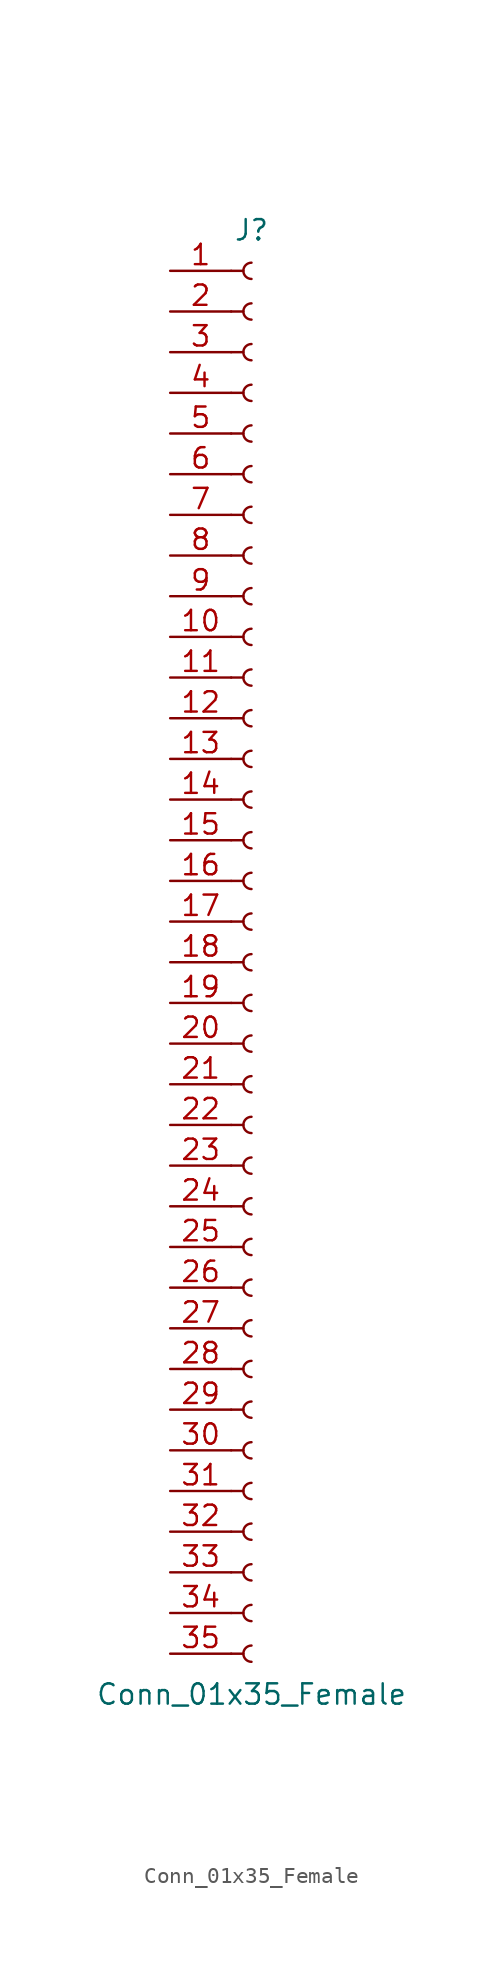
<source format=kicad_sym>
(kicad_symbol_lib
  (version 20201005)
  (generator kicad_symbol_editor)
  (symbol "Connector:Conn_01x35_Female"
    (pin_names
      (offset 1.016) hide)
    (property "Reference" "J"
      (at 0 45.72 0)
      (effects (font (size 1.27 1.27))))
    (property "Value" "Conn_01x35_Female"
      (at 0 -45.72 0)
      (effects (font (size 1.27 1.27))))
    (symbol "Conn_01x35_Female_1_1"
      (arc (start 0 -42.672) (end 0 -43.688) (radius (at 0 -43.18) (length 0.508) (angles 90.1 -90.1)) (stroke (width 0.1524)) (fill (type none)))
      (arc (start 0 -40.132) (end 0 -41.148) (radius (at 0 -40.64) (length 0.508) (angles 90.1 -90.1)) (stroke (width 0.1524)) (fill (type none)))
      (arc (start 0 -37.592) (end 0 -38.608) (radius (at 0 -38.1) (length 0.508) (angles 90.1 -90.1)) (stroke (width 0.1524)) (fill (type none)))
      (arc (start 0 -35.052) (end 0 -36.068) (radius (at 0 -35.56) (length 0.508) (angles 90.1 -90.1)) (stroke (width 0.1524)) (fill (type none)))
      (arc (start 0 -32.512) (end 0 -33.528) (radius (at 0 -33.02) (length 0.508) (angles 90.1 -90.1)) (stroke (width 0.1524)) (fill (type none)))
      (arc (start 0 -29.972) (end 0 -30.988) (radius (at 0 -30.48) (length 0.508) (angles 90.1 -90.1)) (stroke (width 0.1524)) (fill (type none)))
      (arc (start 0 -27.432) (end 0 -28.448) (radius (at 0 -27.94) (length 0.508) (angles 90.1 -90.1)) (stroke (width 0.1524)) (fill (type none)))
      (arc (start 0 -24.892) (end 0 -25.908) (radius (at 0 -25.4) (length 0.508) (angles 90.1 -90.1)) (stroke (width 0.1524)) (fill (type none)))
      (arc (start 0 -22.352) (end 0 -23.368) (radius (at 0 -22.86) (length 0.508) (angles 90.1 -90.1)) (stroke (width 0.1524)) (fill (type none)))
      (arc (start 0 -19.812) (end 0 -20.828) (radius (at 0 -20.32) (length 0.508) (angles 90.1 -90.1)) (stroke (width 0.1524)) (fill (type none)))
      (arc (start 0 -17.272) (end 0 -18.288) (radius (at 0 -17.78) (length 0.508) (angles 90.1 -90.1)) (stroke (width 0.1524)) (fill (type none)))
      (arc (start 0 -14.732) (end 0 -15.748) (radius (at 0 -15.24) (length 0.508) (angles 90.1 -90.1)) (stroke (width 0.1524)) (fill (type none)))
      (arc (start 0 -12.192) (end 0 -13.208) (radius (at 0 -12.7) (length 0.508) (angles 90.1 -90.1)) (stroke (width 0.1524)) (fill (type none)))
      (arc (start 0 -9.652) (end 0 -10.668) (radius (at 0 -10.16) (length 0.508) (angles 90.1 -90.1)) (stroke (width 0.1524)) (fill (type none)))
      (arc (start 0 -7.112) (end 0 -8.128) (radius (at 0 -7.62) (length 0.508) (angles 90.1 -90.1)) (stroke (width 0.1524)) (fill (type none)))
      (arc (start 0 -4.572) (end 0 -5.588) (radius (at 0 -5.08) (length 0.508) (angles 90.1 -90.1)) (stroke (width 0.1524)) (fill (type none)))
      (arc (start 0 -2.032) (end 0 -3.048) (radius (at 0 -2.54) (length 0.508) (angles 90.1 -90.1)) (stroke (width 0.1524)) (fill (type none)))
      (arc (start 0 0.508) (end 0 -0.508) (radius (at 0 0) (length 0.508) (angles 90.1 -90.1)) (stroke (width 0.1524)) (fill (type none)))
      (arc (start 0 3.048) (end 0 2.032) (radius (at 0 2.54) (length 0.508) (angles 90.1 -90.1)) (stroke (width 0.1524)) (fill (type none)))
      (arc (start 0 5.588) (end 0 4.572) (radius (at 0 5.08) (length 0.508) (angles 90.1 -90.1)) (stroke (width 0.1524)) (fill (type none)))
      (arc (start 0 8.128) (end 0 7.112) (radius (at 0 7.62) (length 0.508) (angles 90.1 -90.1)) (stroke (width 0.1524)) (fill (type none)))
      (arc (start 0 10.668) (end 0 9.652) (radius (at 0 10.16) (length 0.508) (angles 90.1 -90.1)) (stroke (width 0.1524)) (fill (type none)))
      (arc (start 0 13.208) (end 0 12.192) (radius (at 0 12.7) (length 0.508) (angles 90.1 -90.1)) (stroke (width 0.1524)) (fill (type none)))
      (arc (start 0 15.748) (end 0 14.732) (radius (at 0 15.24) (length 0.508) (angles 90.1 -90.1)) (stroke (width 0.1524)) (fill (type none)))
      (arc (start 0 18.288) (end 0 17.272) (radius (at 0 17.78) (length 0.508) (angles 90.1 -90.1)) (stroke (width 0.1524)) (fill (type none)))
      (arc (start 0 20.828) (end 0 19.812) (radius (at 0 20.32) (length 0.508) (angles 90.1 -90.1)) (stroke (width 0.1524)) (fill (type none)))
      (arc (start 0 23.368) (end 0 22.352) (radius (at 0 22.86) (length 0.508) (angles 90.1 -90.1)) (stroke (width 0.1524)) (fill (type none)))
      (arc (start 0 25.908) (end 0 24.892) (radius (at 0 25.4) (length 0.508) (angles 90.1 -90.1)) (stroke (width 0.1524)) (fill (type none)))
      (arc (start 0 28.448) (end 0 27.432) (radius (at 0 27.94) (length 0.508) (angles 90.1 -90.1)) (stroke (width 0.1524)) (fill (type none)))
      (arc (start 0 30.988) (end 0 29.972) (radius (at 0 30.48) (length 0.508) (angles 90.1 -90.1)) (stroke (width 0.1524)) (fill (type none)))
      (arc (start 0 33.528) (end 0 32.512) (radius (at 0 33.02) (length 0.508) (angles 90.1 -90.1)) (stroke (width 0.1524)) (fill (type none)))
      (arc (start 0 36.068) (end 0 35.052) (radius (at 0 35.56) (length 0.508) (angles 90.1 -90.1)) (stroke (width 0.1524)) (fill (type none)))
      (arc (start 0 38.608) (end 0 37.592) (radius (at 0 38.1) (length 0.508) (angles 90.1 -90.1)) (stroke (width 0.1524)) (fill (type none)))
      (arc (start 0 41.148) (end 0 40.132) (radius (at 0 40.64) (length 0.508) (angles 90.1 -90.1)) (stroke (width 0.1524)) (fill (type none)))
      (arc (start 0 43.688) (end 0 42.672) (radius (at 0 43.18) (length 0.508) (angles 90.1 -90.1)) (stroke (width 0.1524)) (fill (type none)))
      (polyline (pts (xy -1.27 -43.18) (xy -0.508 -43.18)) (stroke (width 0.152)) (fill (type none)))
      (polyline (pts (xy -1.27 -40.64) (xy -0.508 -40.64)) (stroke (width 0.152)) (fill (type none)))
      (polyline (pts (xy -1.27 -38.1) (xy -0.508 -38.1)) (stroke (width 0.152)) (fill (type none)))
      (polyline (pts (xy -1.27 -35.56) (xy -0.508 -35.56)) (stroke (width 0.152)) (fill (type none)))
      (polyline (pts (xy -1.27 -33.02) (xy -0.508 -33.02)) (stroke (width 0.152)) (fill (type none)))
      (polyline (pts (xy -1.27 -30.48) (xy -0.508 -30.48)) (stroke (width 0.152)) (fill (type none)))
      (polyline (pts (xy -1.27 -27.94) (xy -0.508 -27.94)) (stroke (width 0.152)) (fill (type none)))
      (polyline (pts (xy -1.27 -25.4) (xy -0.508 -25.4)) (stroke (width 0.152)) (fill (type none)))
      (polyline (pts (xy -1.27 -22.86) (xy -0.508 -22.86)) (stroke (width 0.152)) (fill (type none)))
      (polyline (pts (xy -1.27 -20.32) (xy -0.508 -20.32)) (stroke (width 0.152)) (fill (type none)))
      (polyline (pts (xy -1.27 -17.78) (xy -0.508 -17.78)) (stroke (width 0.152)) (fill (type none)))
      (polyline (pts (xy -1.27 -15.24) (xy -0.508 -15.24)) (stroke (width 0.152)) (fill (type none)))
      (polyline (pts (xy -1.27 -12.7) (xy -0.508 -12.7)) (stroke (width 0.152)) (fill (type none)))
      (polyline (pts (xy -1.27 -10.16) (xy -0.508 -10.16)) (stroke (width 0.152)) (fill (type none)))
      (polyline (pts (xy -1.27 -7.62) (xy -0.508 -7.62)) (stroke (width 0.152)) (fill (type none)))
      (polyline (pts (xy -1.27 -5.08) (xy -0.508 -5.08)) (stroke (width 0.152)) (fill (type none)))
      (polyline (pts (xy -1.27 -2.54) (xy -0.508 -2.54)) (stroke (width 0.152)) (fill (type none)))
      (polyline (pts (xy -1.27 0) (xy -0.508 0)) (stroke (width 0.152)) (fill (type none)))
      (polyline (pts (xy -1.27 2.54) (xy -0.508 2.54)) (stroke (width 0.152)) (fill (type none)))
      (polyline (pts (xy -1.27 5.08) (xy -0.508 5.08)) (stroke (width 0.152)) (fill (type none)))
      (polyline (pts (xy -1.27 7.62) (xy -0.508 7.62)) (stroke (width 0.152)) (fill (type none)))
      (polyline (pts (xy -1.27 10.16) (xy -0.508 10.16)) (stroke (width 0.152)) (fill (type none)))
      (polyline (pts (xy -1.27 12.7) (xy -0.508 12.7)) (stroke (width 0.152)) (fill (type none)))
      (polyline (pts (xy -1.27 15.24) (xy -0.508 15.24)) (stroke (width 0.152)) (fill (type none)))
      (polyline (pts (xy -1.27 17.78) (xy -0.508 17.78)) (stroke (width 0.152)) (fill (type none)))
      (polyline (pts (xy -1.27 20.32) (xy -0.508 20.32)) (stroke (width 0.152)) (fill (type none)))
      (polyline (pts (xy -1.27 22.86) (xy -0.508 22.86)) (stroke (width 0.152)) (fill (type none)))
      (polyline (pts (xy -1.27 25.4) (xy -0.508 25.4)) (stroke (width 0.152)) (fill (type none)))
      (polyline (pts (xy -1.27 27.94) (xy -0.508 27.94)) (stroke (width 0.152)) (fill (type none)))
      (polyline (pts (xy -1.27 30.48) (xy -0.508 30.48)) (stroke (width 0.152)) (fill (type none)))
      (polyline (pts (xy -1.27 33.02) (xy -0.508 33.02)) (stroke (width 0.152)) (fill (type none)))
      (polyline (pts (xy -1.27 35.56) (xy -0.508 35.56)) (stroke (width 0.152)) (fill (type none)))
      (polyline (pts (xy -1.27 38.1) (xy -0.508 38.1)) (stroke (width 0.152)) (fill (type none)))
      (polyline (pts (xy -1.27 40.64) (xy -0.508 40.64)) (stroke (width 0.152)) (fill (type none)))
      (polyline (pts (xy -1.27 43.18) (xy -0.508 43.18)) (stroke (width 0.152)) (fill (type none)))
      (pin passive line (at -5.08 43.18 0) (length 3.81) (name "Pin_1" (effects (font (size 1.27 1.27)))) (number "1" (effects (font (size 1.27 1.27)))))
      (pin passive line (at -5.08 20.32 0) (length 3.81) (name "Pin_10" (effects (font (size 1.27 1.27)))) (number "10" (effects (font (size 1.27 1.27)))))
      (pin passive line (at -5.08 17.78 0) (length 3.81) (name "Pin_11" (effects (font (size 1.27 1.27)))) (number "11" (effects (font (size 1.27 1.27)))))
      (pin passive line (at -5.08 15.24 0) (length 3.81) (name "Pin_12" (effects (font (size 1.27 1.27)))) (number "12" (effects (font (size 1.27 1.27)))))
      (pin passive line (at -5.08 12.7 0) (length 3.81) (name "Pin_13" (effects (font (size 1.27 1.27)))) (number "13" (effects (font (size 1.27 1.27)))))
      (pin passive line (at -5.08 10.16 0) (length 3.81) (name "Pin_14" (effects (font (size 1.27 1.27)))) (number "14" (effects (font (size 1.27 1.27)))))
      (pin passive line (at -5.08 7.62 0) (length 3.81) (name "Pin_15" (effects (font (size 1.27 1.27)))) (number "15" (effects (font (size 1.27 1.27)))))
      (pin passive line (at -5.08 5.08 0) (length 3.81) (name "Pin_16" (effects (font (size 1.27 1.27)))) (number "16" (effects (font (size 1.27 1.27)))))
      (pin passive line (at -5.08 2.54 0) (length 3.81) (name "Pin_17" (effects (font (size 1.27 1.27)))) (number "17" (effects (font (size 1.27 1.27)))))
      (pin passive line (at -5.08 0 0) (length 3.81) (name "Pin_18" (effects (font (size 1.27 1.27)))) (number "18" (effects (font (size 1.27 1.27)))))
      (pin passive line (at -5.08 -2.54 0) (length 3.81) (name "Pin_19" (effects (font (size 1.27 1.27)))) (number "19" (effects (font (size 1.27 1.27)))))
      (pin passive line (at -5.08 40.64 0) (length 3.81) (name "Pin_2" (effects (font (size 1.27 1.27)))) (number "2" (effects (font (size 1.27 1.27)))))
      (pin passive line (at -5.08 -5.08 0) (length 3.81) (name "Pin_20" (effects (font (size 1.27 1.27)))) (number "20" (effects (font (size 1.27 1.27)))))
      (pin passive line (at -5.08 -7.62 0) (length 3.81) (name "Pin_21" (effects (font (size 1.27 1.27)))) (number "21" (effects (font (size 1.27 1.27)))))
      (pin passive line (at -5.08 -10.16 0) (length 3.81) (name "Pin_22" (effects (font (size 1.27 1.27)))) (number "22" (effects (font (size 1.27 1.27)))))
      (pin passive line (at -5.08 -12.7 0) (length 3.81) (name "Pin_23" (effects (font (size 1.27 1.27)))) (number "23" (effects (font (size 1.27 1.27)))))
      (pin passive line (at -5.08 -15.24 0) (length 3.81) (name "Pin_24" (effects (font (size 1.27 1.27)))) (number "24" (effects (font (size 1.27 1.27)))))
      (pin passive line (at -5.08 -17.78 0) (length 3.81) (name "Pin_25" (effects (font (size 1.27 1.27)))) (number "25" (effects (font (size 1.27 1.27)))))
      (pin passive line (at -5.08 -20.32 0) (length 3.81) (name "Pin_26" (effects (font (size 1.27 1.27)))) (number "26" (effects (font (size 1.27 1.27)))))
      (pin passive line (at -5.08 -22.86 0) (length 3.81) (name "Pin_27" (effects (font (size 1.27 1.27)))) (number "27" (effects (font (size 1.27 1.27)))))
      (pin passive line (at -5.08 -25.4 0) (length 3.81) (name "Pin_28" (effects (font (size 1.27 1.27)))) (number "28" (effects (font (size 1.27 1.27)))))
      (pin passive line (at -5.08 -27.94 0) (length 3.81) (name "Pin_29" (effects (font (size 1.27 1.27)))) (number "29" (effects (font (size 1.27 1.27)))))
      (pin passive line (at -5.08 38.1 0) (length 3.81) (name "Pin_3" (effects (font (size 1.27 1.27)))) (number "3" (effects (font (size 1.27 1.27)))))
      (pin passive line (at -5.08 -30.48 0) (length 3.81) (name "Pin_30" (effects (font (size 1.27 1.27)))) (number "30" (effects (font (size 1.27 1.27)))))
      (pin passive line (at -5.08 -33.02 0) (length 3.81) (name "Pin_31" (effects (font (size 1.27 1.27)))) (number "31" (effects (font (size 1.27 1.27)))))
      (pin passive line (at -5.08 -35.56 0) (length 3.81) (name "Pin_32" (effects (font (size 1.27 1.27)))) (number "32" (effects (font (size 1.27 1.27)))))
      (pin passive line (at -5.08 -38.1 0) (length 3.81) (name "Pin_33" (effects (font (size 1.27 1.27)))) (number "33" (effects (font (size 1.27 1.27)))))
      (pin passive line (at -5.08 -40.64 0) (length 3.81) (name "Pin_34" (effects (font (size 1.27 1.27)))) (number "34" (effects (font (size 1.27 1.27)))))
      (pin passive line (at -5.08 -43.18 0) (length 3.81) (name "Pin_35" (effects (font (size 1.27 1.27)))) (number "35" (effects (font (size 1.27 1.27)))))
      (pin passive line (at -5.08 35.56 0) (length 3.81) (name "Pin_4" (effects (font (size 1.27 1.27)))) (number "4" (effects (font (size 1.27 1.27)))))
      (pin passive line (at -5.08 33.02 0) (length 3.81) (name "Pin_5" (effects (font (size 1.27 1.27)))) (number "5" (effects (font (size 1.27 1.27)))))
      (pin passive line (at -5.08 30.48 0) (length 3.81) (name "Pin_6" (effects (font (size 1.27 1.27)))) (number "6" (effects (font (size 1.27 1.27)))))
      (pin passive line (at -5.08 27.94 0) (length 3.81) (name "Pin_7" (effects (font (size 1.27 1.27)))) (number "7" (effects (font (size 1.27 1.27)))))
      (pin passive line (at -5.08 25.4 0) (length 3.81) (name "Pin_8" (effects (font (size 1.27 1.27)))) (number "8" (effects (font (size 1.27 1.27)))))
      (pin passive line (at -5.08 22.86 0) (length 3.81) (name "Pin_9" (effects (font (size 1.27 1.27)))) (number "9" (effects (font (size 1.27 1.27))))))))
</source>
